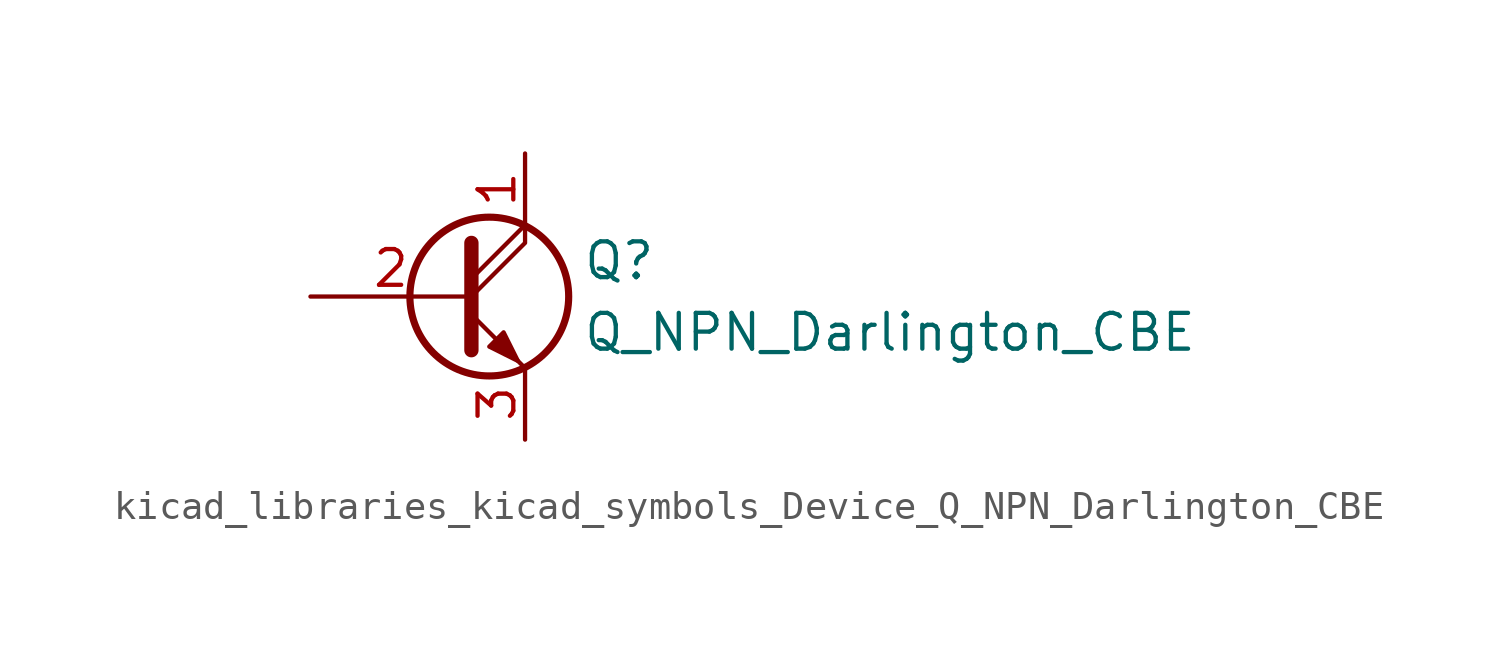
<source format=kicad_sym>
(kicad_symbol_lib
  (version 20220914)
  (generator kicad_symbol_editor)
  (symbol "kicad_libraries_kicad_symbols_Device_Q_NPN_Darlington_CBE"
    (pin_names
      (offset 0) hide)
    (property "Reference" "Q"
      (at 4.572 1.27 0)
      (effects (font (size 1.27 1.27)) (justify left)))
    (property "Value" "Q_NPN_Darlington_CBE"
      (at 4.572 -1.27 0)
      (effects (font (size 1.27 1.27)) (justify left)))
    (symbol "kicad_libraries_kicad_symbols_Device_Q_NPN_Darlington_CBE_0_1"
      (polyline (pts (xy 0.635 0.635) (xy 2.54 2.54)) (stroke (width 0) (type default)) (fill (type none)))
      (polyline (pts (xy 0.635 -0.635) (xy 2.54 -2.54) (xy 2.54 -2.54)) (stroke (width 0) (type default)) (fill (type none)))
      (polyline (pts (xy 0.635 0) (xy 2.54 1.905) (xy 2.54 2.54)) (stroke (width 0) (type default)) (fill (type none)))
      (polyline (pts (xy 0.635 1.905) (xy 0.635 -1.905) (xy 0.635 -1.905)) (stroke (width 0.508) (type default)) (fill (type none)))
      (polyline (pts (xy 1.27 -1.778) (xy 1.778 -1.27) (xy 2.286 -2.286) (xy 1.27 -1.778) (xy 1.27 -1.778)) (stroke (width 0) (type default)) (fill (type outline)))
      (circle (center 1.27 0) (radius 2.819) (stroke (width 0.254) (type default)) (fill (type none))))
    (symbol "kicad_libraries_kicad_symbols_Device_Q_NPN_Darlington_CBE_1_1"
      (pin passive line (at 2.54 5.08 270) (length 2.54) (name "C" (effects (font (size 1.27 1.27)))) (number "1" (effects (font (size 1.27 1.27)))))
      (pin input line (at -5.08 0 0) (length 5.715) (name "B" (effects (font (size 1.27 1.27)))) (number "2" (effects (font (size 1.27 1.27)))))
      (pin passive line (at 2.54 -5.08 90) (length 2.54) (name "E" (effects (font (size 1.27 1.27)))) (number "3" (effects (font (size 1.27 1.27))))))))
</source>
